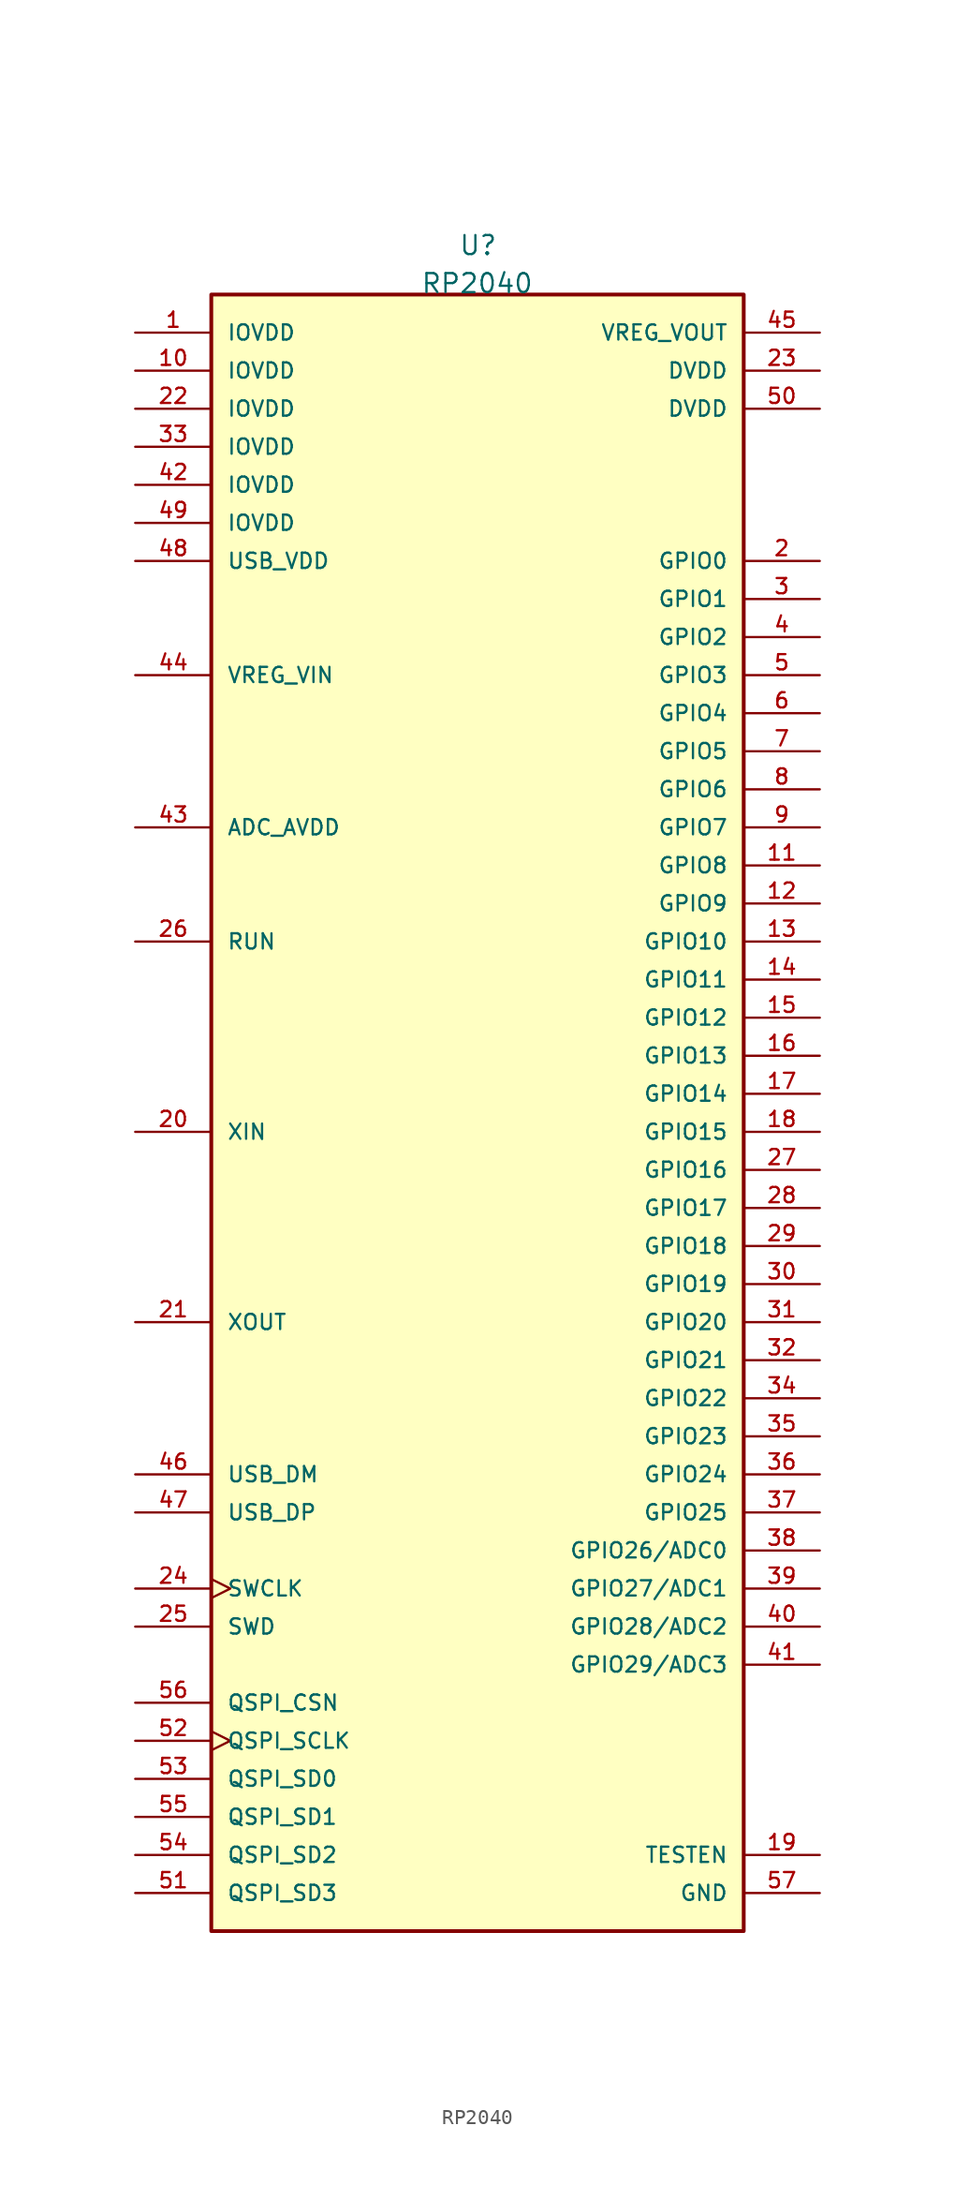
<source format=kicad_sym>
(kicad_symbol_lib
  (version 20211014)
  (generator kicad_symbol_editor)
  (symbol "RP2040"
    (pin_names
      (offset 1.016))
    (property "Reference" "U"
      (at -1.27 55.88 0)
      (effects (font (size 1.27 1.27)) (justify left bottom)))
    (property "Value" "RP2040"
      (at -3.81 53.34 0)
      (effects (font (size 1.27 1.27)) (justify left bottom)))
    (property "ki_locked" ""
      (at 0 0 0)
      (effects (font (size 1.27 1.27))))
    (symbol "RP2040_0_0"
      (rectangle (start -17.78 53.34) (end 17.78 -55.88) (stroke (width 0.254) (type default) (color 0 0 0 0)) (fill (type background)))
      (pin power_in line (at -22.86 50.8 0) (length 5.08) (name "IOVDD" (effects (font (size 1.016 1.016)))) (number "1" (effects (font (size 1.016 1.016)))))
      (pin power_in line (at -22.86 48.26 0) (length 5.08) (name "IOVDD" (effects (font (size 1.016 1.016)))) (number "10" (effects (font (size 1.016 1.016)))))
      (pin bidirectional line (at 22.86 15.24 180) (length 5.08) (name "GPIO8" (effects (font (size 1.016 1.016)))) (number "11" (effects (font (size 1.016 1.016)))))
      (pin bidirectional line (at 22.86 12.7 180) (length 5.08) (name "GPIO9" (effects (font (size 1.016 1.016)))) (number "12" (effects (font (size 1.016 1.016)))))
      (pin bidirectional line (at 22.86 10.16 180) (length 5.08) (name "GPIO10" (effects (font (size 1.016 1.016)))) (number "13" (effects (font (size 1.016 1.016)))))
      (pin bidirectional line (at 22.86 7.62 180) (length 5.08) (name "GPIO11" (effects (font (size 1.016 1.016)))) (number "14" (effects (font (size 1.016 1.016)))))
      (pin bidirectional line (at 22.86 5.08 180) (length 5.08) (name "GPIO12" (effects (font (size 1.016 1.016)))) (number "15" (effects (font (size 1.016 1.016)))))
      (pin bidirectional line (at 22.86 2.54 180) (length 5.08) (name "GPIO13" (effects (font (size 1.016 1.016)))) (number "16" (effects (font (size 1.016 1.016)))))
      (pin bidirectional line (at 22.86 0 180) (length 5.08) (name "GPIO14" (effects (font (size 1.016 1.016)))) (number "17" (effects (font (size 1.016 1.016)))))
      (pin bidirectional line (at 22.86 -2.54 180) (length 5.08) (name "GPIO15" (effects (font (size 1.016 1.016)))) (number "18" (effects (font (size 1.016 1.016)))))
      (pin passive line (at 22.86 -50.8 180) (length 5.08) (name "TESTEN" (effects (font (size 1.016 1.016)))) (number "19" (effects (font (size 1.016 1.016)))))
      (pin bidirectional line (at 22.86 35.56 180) (length 5.08) (name "GPIO0" (effects (font (size 1.016 1.016)))) (number "2" (effects (font (size 1.016 1.016)))))
      (pin input line (at -22.86 -2.54 0) (length 5.08) (name "XIN" (effects (font (size 1.016 1.016)))) (number "20" (effects (font (size 1.016 1.016)))))
      (pin output line (at -22.86 -15.24 0) (length 5.08) (name "XOUT" (effects (font (size 1.016 1.016)))) (number "21" (effects (font (size 1.016 1.016)))))
      (pin power_in line (at -22.86 45.72 0) (length 5.08) (name "IOVDD" (effects (font (size 1.016 1.016)))) (number "22" (effects (font (size 1.016 1.016)))))
      (pin power_in line (at 22.86 48.26 180) (length 5.08) (name "DVDD" (effects (font (size 1.016 1.016)))) (number "23" (effects (font (size 1.016 1.016)))))
      (pin input clock (at -22.86 -33.02 0) (length 5.08) (name "SWCLK" (effects (font (size 1.016 1.016)))) (number "24" (effects (font (size 1.016 1.016)))))
      (pin bidirectional line (at -22.86 -35.56 0) (length 5.08) (name "SWD" (effects (font (size 1.016 1.016)))) (number "25" (effects (font (size 1.016 1.016)))))
      (pin input line (at -22.86 10.16 0) (length 5.08) (name "RUN" (effects (font (size 1.016 1.016)))) (number "26" (effects (font (size 1.016 1.016)))))
      (pin bidirectional line (at 22.86 -5.08 180) (length 5.08) (name "GPIO16" (effects (font (size 1.016 1.016)))) (number "27" (effects (font (size 1.016 1.016)))))
      (pin bidirectional line (at 22.86 -7.62 180) (length 5.08) (name "GPIO17" (effects (font (size 1.016 1.016)))) (number "28" (effects (font (size 1.016 1.016)))))
      (pin bidirectional line (at 22.86 -10.16 180) (length 5.08) (name "GPIO18" (effects (font (size 1.016 1.016)))) (number "29" (effects (font (size 1.016 1.016)))))
      (pin bidirectional line (at 22.86 33.02 180) (length 5.08) (name "GPIO1" (effects (font (size 1.016 1.016)))) (number "3" (effects (font (size 1.016 1.016)))))
      (pin bidirectional line (at 22.86 -12.7 180) (length 5.08) (name "GPIO19" (effects (font (size 1.016 1.016)))) (number "30" (effects (font (size 1.016 1.016)))))
      (pin bidirectional line (at 22.86 -15.24 180) (length 5.08) (name "GPIO20" (effects (font (size 1.016 1.016)))) (number "31" (effects (font (size 1.016 1.016)))))
      (pin bidirectional line (at 22.86 -17.78 180) (length 5.08) (name "GPIO21" (effects (font (size 1.016 1.016)))) (number "32" (effects (font (size 1.016 1.016)))))
      (pin power_in line (at -22.86 43.18 0) (length 5.08) (name "IOVDD" (effects (font (size 1.016 1.016)))) (number "33" (effects (font (size 1.016 1.016)))))
      (pin bidirectional line (at 22.86 -20.32 180) (length 5.08) (name "GPIO22" (effects (font (size 1.016 1.016)))) (number "34" (effects (font (size 1.016 1.016)))))
      (pin bidirectional line (at 22.86 -22.86 180) (length 5.08) (name "GPIO23" (effects (font (size 1.016 1.016)))) (number "35" (effects (font (size 1.016 1.016)))))
      (pin bidirectional line (at 22.86 -25.4 180) (length 5.08) (name "GPIO24" (effects (font (size 1.016 1.016)))) (number "36" (effects (font (size 1.016 1.016)))))
      (pin bidirectional line (at 22.86 -27.94 180) (length 5.08) (name "GPIO25" (effects (font (size 1.016 1.016)))) (number "37" (effects (font (size 1.016 1.016)))))
      (pin bidirectional line (at 22.86 -30.48 180) (length 5.08) (name "GPIO26/ADC0" (effects (font (size 1.016 1.016)))) (number "38" (effects (font (size 1.016 1.016)))))
      (pin bidirectional line (at 22.86 -33.02 180) (length 5.08) (name "GPIO27/ADC1" (effects (font (size 1.016 1.016)))) (number "39" (effects (font (size 1.016 1.016)))))
      (pin bidirectional line (at 22.86 30.48 180) (length 5.08) (name "GPIO2" (effects (font (size 1.016 1.016)))) (number "4" (effects (font (size 1.016 1.016)))))
      (pin bidirectional line (at 22.86 -35.56 180) (length 5.08) (name "GPIO28/ADC2" (effects (font (size 1.016 1.016)))) (number "40" (effects (font (size 1.016 1.016)))))
      (pin bidirectional line (at 22.86 -38.1 180) (length 5.08) (name "GPIO29/ADC3" (effects (font (size 1.016 1.016)))) (number "41" (effects (font (size 1.016 1.016)))))
      (pin power_in line (at -22.86 40.64 0) (length 5.08) (name "IOVDD" (effects (font (size 1.016 1.016)))) (number "42" (effects (font (size 1.016 1.016)))))
      (pin power_in line (at -22.86 17.78 0) (length 5.08) (name "ADC_AVDD" (effects (font (size 1.016 1.016)))) (number "43" (effects (font (size 1.016 1.016)))))
      (pin input line (at -22.86 27.94 0) (length 5.08) (name "VREG_VIN" (effects (font (size 1.016 1.016)))) (number "44" (effects (font (size 1.016 1.016)))))
      (pin output line (at 22.86 50.8 180) (length 5.08) (name "VREG_VOUT" (effects (font (size 1.016 1.016)))) (number "45" (effects (font (size 1.016 1.016)))))
      (pin bidirectional line (at -22.86 -25.4 0) (length 5.08) (name "USB_DM" (effects (font (size 1.016 1.016)))) (number "46" (effects (font (size 1.016 1.016)))))
      (pin bidirectional line (at -22.86 -27.94 0) (length 5.08) (name "USB_DP" (effects (font (size 1.016 1.016)))) (number "47" (effects (font (size 1.016 1.016)))))
      (pin power_in line (at -22.86 35.56 0) (length 5.08) (name "USB_VDD" (effects (font (size 1.016 1.016)))) (number "48" (effects (font (size 1.016 1.016)))))
      (pin power_in line (at -22.86 38.1 0) (length 5.08) (name "IOVDD" (effects (font (size 1.016 1.016)))) (number "49" (effects (font (size 1.016 1.016)))))
      (pin bidirectional line (at 22.86 27.94 180) (length 5.08) (name "GPIO3" (effects (font (size 1.016 1.016)))) (number "5" (effects (font (size 1.016 1.016)))))
      (pin power_in line (at 22.86 45.72 180) (length 5.08) (name "DVDD" (effects (font (size 1.016 1.016)))) (number "50" (effects (font (size 1.016 1.016)))))
      (pin bidirectional line (at -22.86 -53.34 0) (length 5.08) (name "QSPI_SD3" (effects (font (size 1.016 1.016)))) (number "51" (effects (font (size 1.016 1.016)))))
      (pin bidirectional clock (at -22.86 -43.18 0) (length 5.08) (name "QSPI_SCLK" (effects (font (size 1.016 1.016)))) (number "52" (effects (font (size 1.016 1.016)))))
      (pin bidirectional line (at -22.86 -45.72 0) (length 5.08) (name "QSPI_SD0" (effects (font (size 1.016 1.016)))) (number "53" (effects (font (size 1.016 1.016)))))
      (pin bidirectional line (at -22.86 -50.8 0) (length 5.08) (name "QSPI_SD2" (effects (font (size 1.016 1.016)))) (number "54" (effects (font (size 1.016 1.016)))))
      (pin bidirectional line (at -22.86 -48.26 0) (length 5.08) (name "QSPI_SD1" (effects (font (size 1.016 1.016)))) (number "55" (effects (font (size 1.016 1.016)))))
      (pin bidirectional line (at -22.86 -40.64 0) (length 5.08) (name "QSPI_CSN" (effects (font (size 1.016 1.016)))) (number "56" (effects (font (size 1.016 1.016)))))
      (pin power_in line (at 22.86 -53.34 180) (length 5.08) (name "GND" (effects (font (size 1.016 1.016)))) (number "57" (effects (font (size 1.016 1.016)))))
      (pin bidirectional line (at 22.86 25.4 180) (length 5.08) (name "GPIO4" (effects (font (size 1.016 1.016)))) (number "6" (effects (font (size 1.016 1.016)))))
      (pin bidirectional line (at 22.86 22.86 180) (length 5.08) (name "GPIO5" (effects (font (size 1.016 1.016)))) (number "7" (effects (font (size 1.016 1.016)))))
      (pin bidirectional line (at 22.86 20.32 180) (length 5.08) (name "GPIO6" (effects (font (size 1.016 1.016)))) (number "8" (effects (font (size 1.016 1.016)))))
      (pin bidirectional line (at 22.86 17.78 180) (length 5.08) (name "GPIO7" (effects (font (size 1.016 1.016)))) (number "9" (effects (font (size 1.016 1.016))))))))
</source>
